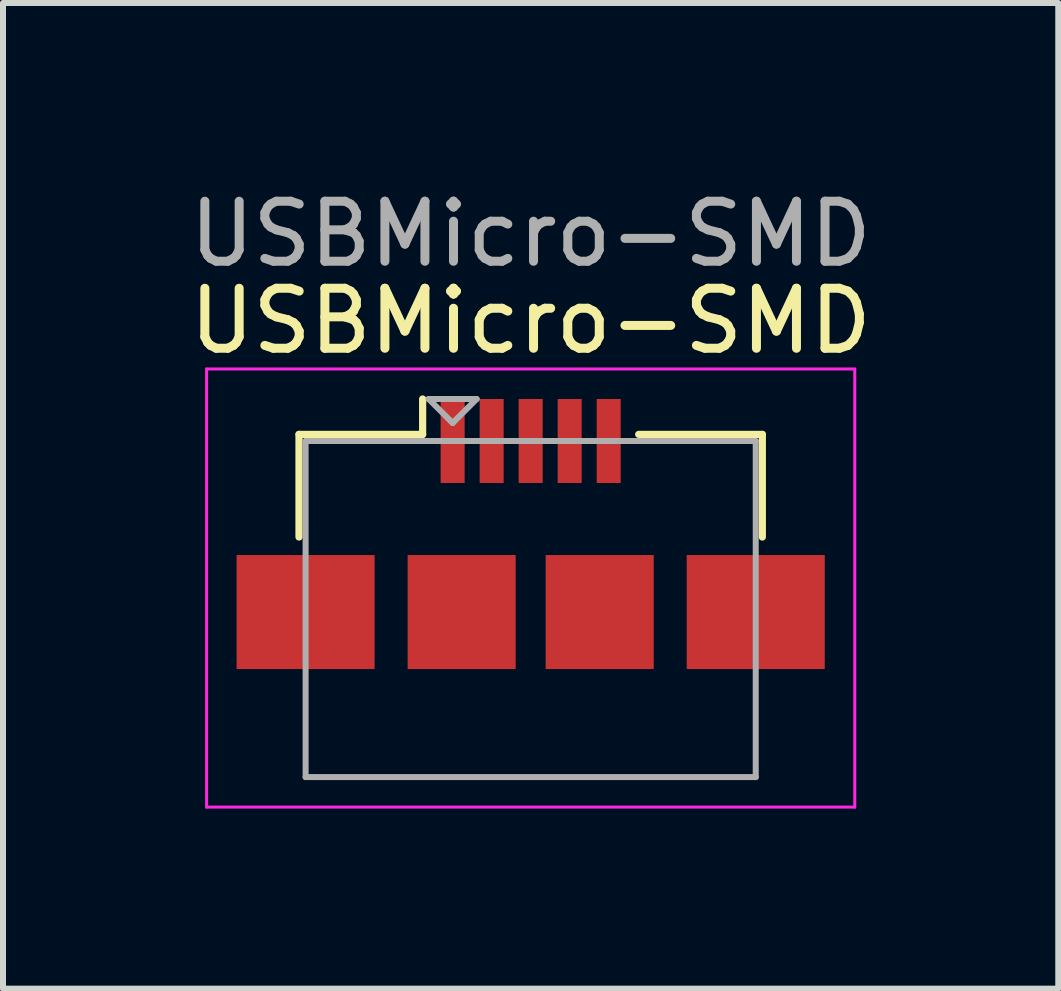
<source format=kicad_pcb>
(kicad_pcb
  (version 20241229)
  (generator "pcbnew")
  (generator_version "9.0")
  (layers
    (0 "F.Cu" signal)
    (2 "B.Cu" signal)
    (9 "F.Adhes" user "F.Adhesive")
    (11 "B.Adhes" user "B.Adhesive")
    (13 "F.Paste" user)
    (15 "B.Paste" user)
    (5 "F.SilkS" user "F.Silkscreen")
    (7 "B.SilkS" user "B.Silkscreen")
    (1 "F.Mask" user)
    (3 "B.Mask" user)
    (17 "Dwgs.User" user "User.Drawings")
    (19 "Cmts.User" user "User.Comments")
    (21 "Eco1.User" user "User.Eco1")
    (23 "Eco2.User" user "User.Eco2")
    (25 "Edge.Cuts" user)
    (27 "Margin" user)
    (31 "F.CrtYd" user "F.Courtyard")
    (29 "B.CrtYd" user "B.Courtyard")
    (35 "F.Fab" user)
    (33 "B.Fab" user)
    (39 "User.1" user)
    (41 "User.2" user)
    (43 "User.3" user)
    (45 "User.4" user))
  (footprint "USBMicro-SMD"
    (layer "F.Cu")
    (at 5.792 5.848)
    (property "Reference" "USBMicro-SMD" (at 0 -3.55 0) (layer "F.SilkS") (effects (font (size 1 1) (thickness 0.15))))
    (attr smd)
    (fp_line (start -3.86 -1.66) (end -1.8 -1.66) (stroke (width 0.12) (type solid)) (layer "F.SilkS"))
    (fp_line (start -3.86 0.05) (end -3.86 -1.66) (stroke (width 0.12) (type solid)) (layer "F.SilkS"))
    (fp_line (start -1.8 -1.66) (end -1.8 -2.25) (stroke (width 0.12) (type solid)) (layer "F.SilkS"))
    (fp_line (start 3.86 -1.66) (end 1.8 -1.66) (stroke (width 0.12) (type solid)) (layer "F.SilkS"))
    (fp_line (start 3.86 0.05) (end 3.86 -1.66) (stroke (width 0.12) (type solid)) (layer "F.SilkS"))
    (fp_line (start -5.4 -2.75) (end -5.4 4.55) (stroke (width 0.05) (type solid)) (layer "F.CrtYd"))
    (fp_line (start -5.4 4.55) (end 5.4 4.55) (stroke (width 0.05) (type solid)) (layer "F.CrtYd"))
    (fp_line (start 5.4 -2.75) (end -5.4 -2.75) (stroke (width 0.05) (type solid)) (layer "F.CrtYd"))
    (fp_line (start 5.4 4.55) (end 5.4 -2.75) (stroke (width 0.05) (type solid)) (layer "F.CrtYd"))
    (fp_line (start -3.75 -1.55) (end 3.75 -1.55) (stroke (width 0.1) (type solid)) (layer "F.Fab"))
    (fp_line (start -3.75 4.05) (end -3.75 -1.55) (stroke (width 0.1) (type solid)) (layer "F.Fab"))
    (fp_line (start -1.7 -2.25) (end -1.3 -1.85) (stroke (width 0.1) (type solid)) (layer "F.Fab"))
    (fp_line (start -1.3 -1.85) (end -0.9 -2.25) (stroke (width 0.1) (type solid)) (layer "F.Fab"))
    (fp_line (start -0.9 -2.25) (end -1.7 -2.25) (stroke (width 0.1) (type solid)) (layer "F.Fab"))
    (fp_line (start 3.75 -1.55) (end 3.75 4.05) (stroke (width 0.1) (type solid)) (layer "F.Fab"))
    (fp_line (start 3.75 4.05) (end -3.75 4.05) (stroke (width 0.1) (type solid)) (layer "F.Fab"))
    (fp_text user "${REFERENCE}" (at 0 -5 0) (layer "F.Fab") (effects (font (size 1 1) (thickness 0.15))))
    (pad "1" smd rect (at -1.3 -1.55) (size 0.4 1.4) (layers "F.Cu" "F.Mask" "F.Paste"))
    (pad "2" smd rect (at -0.65 -1.55) (size 0.4 1.4) (layers "F.Cu" "F.Mask" "F.Paste"))
    (pad "3" smd rect (at 0 -1.55) (size 0.4 1.4) (layers "F.Cu" "F.Mask" "F.Paste"))
    (pad "4" smd rect (at 0.65 -1.55) (size 0.4 1.4) (layers "F.Cu" "F.Mask" "F.Paste"))
    (pad "5" smd rect (at 1.3 -1.55) (size 0.4 1.4) (layers "F.Cu" "F.Mask" "F.Paste"))
    (pad "6" smd rect (at -3.75 1.3) (size 2.3 1.9) (layers "F.Cu" "F.Mask" "F.Paste"))
    (pad "6" smd rect (at -1.15 1.3) (size 1.8 1.9) (layers "F.Cu" "F.Mask" "F.Paste"))
    (pad "6" smd rect (at 1.15 1.3) (size 1.8 1.9) (layers "F.Cu" "F.Mask" "F.Paste"))
    (pad "6" smd rect (at 3.75 1.3) (size 2.3 1.9) (layers "F.Cu" "F.Mask" "F.Paste")))
  (gr_rect
    (start -3 -3)
    (end 14.583 13.423)
    (stroke (width 0.1) (type default))
    (fill no)
    (layer "Edge.Cuts")))
</source>
